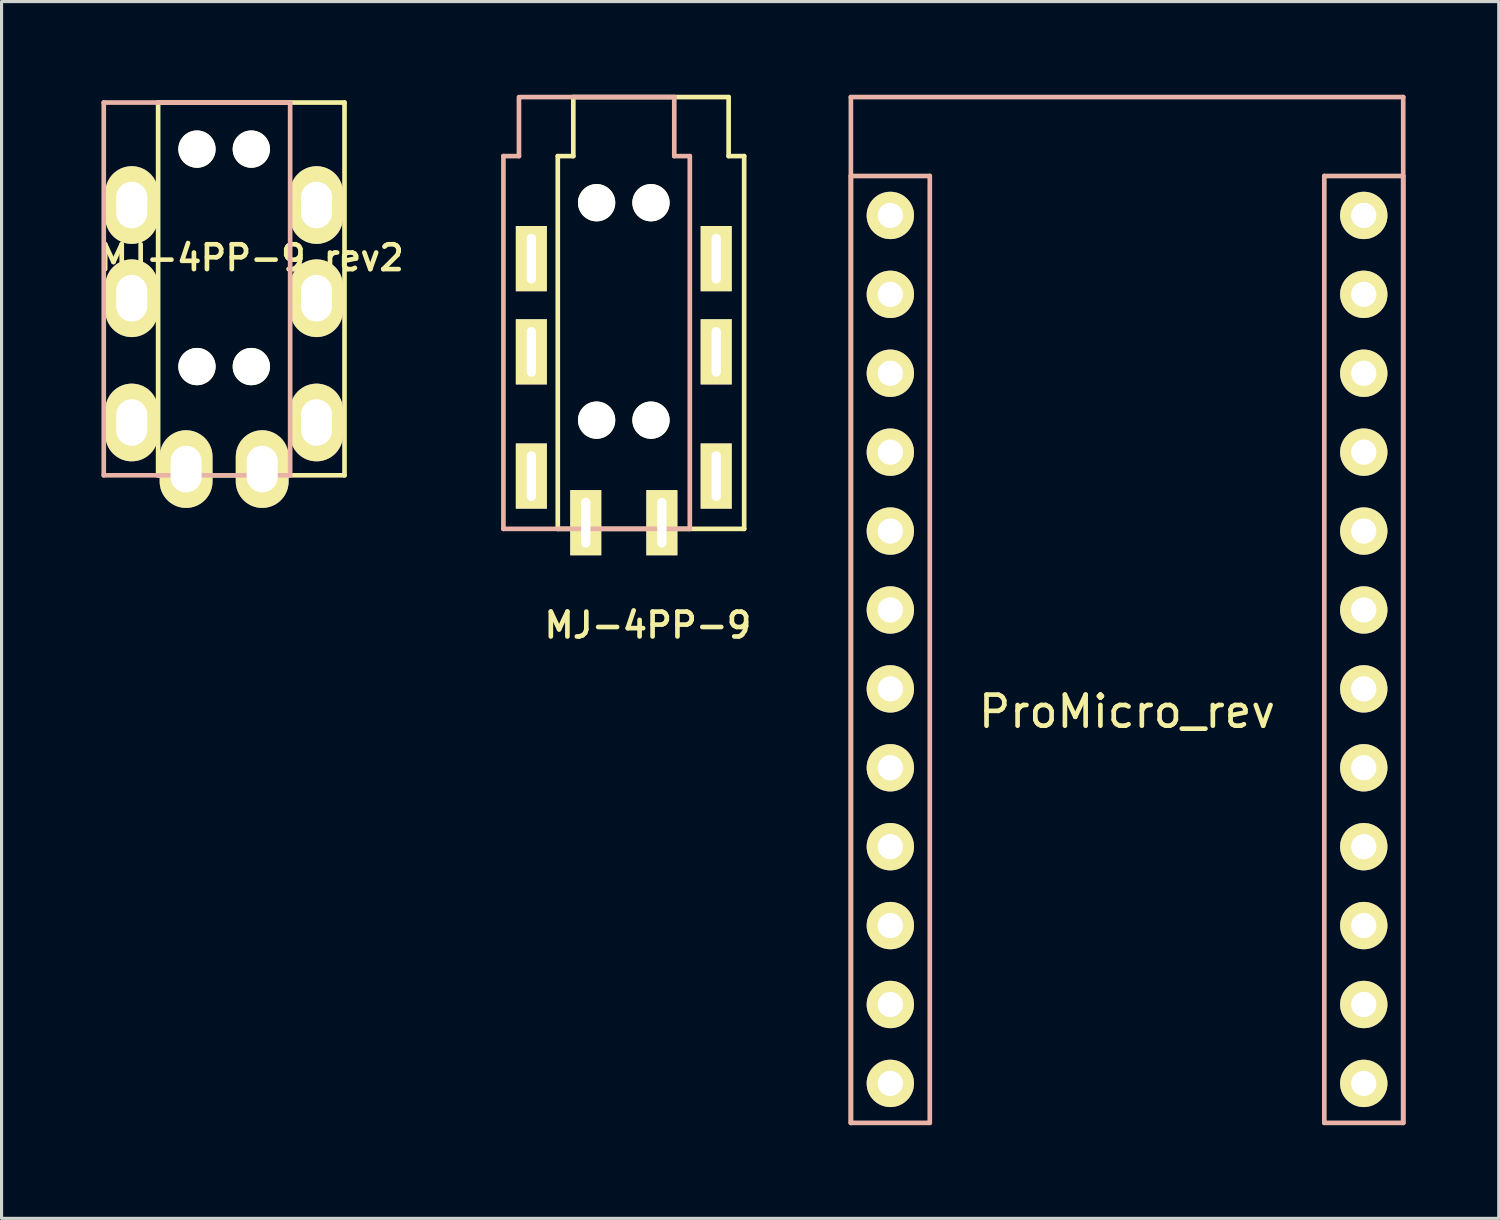
<source format=kicad_pcb>
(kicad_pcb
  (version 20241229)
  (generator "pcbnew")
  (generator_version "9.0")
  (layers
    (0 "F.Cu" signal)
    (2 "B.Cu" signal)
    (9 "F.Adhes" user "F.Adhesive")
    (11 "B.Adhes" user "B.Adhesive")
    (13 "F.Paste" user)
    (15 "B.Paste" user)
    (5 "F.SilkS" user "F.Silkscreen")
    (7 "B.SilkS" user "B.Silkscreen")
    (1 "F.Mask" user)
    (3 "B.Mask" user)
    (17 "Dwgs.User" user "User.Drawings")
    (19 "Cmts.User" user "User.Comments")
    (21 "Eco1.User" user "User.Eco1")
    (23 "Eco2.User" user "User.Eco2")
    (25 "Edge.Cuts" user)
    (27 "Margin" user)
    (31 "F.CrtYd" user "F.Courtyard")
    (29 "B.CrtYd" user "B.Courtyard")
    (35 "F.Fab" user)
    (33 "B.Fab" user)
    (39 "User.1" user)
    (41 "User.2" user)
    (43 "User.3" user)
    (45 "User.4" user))
  (footprint "ProMicro_rev"
    (layer "F.Cu")
    (at 33.23 17.855)
    (property "Reference" "ProMicro_rev" (at 0 2 0) (layer "F.SilkS") (effects (font (size 1 1) (thickness 0.15))))
    (attr through_hole)
    (fp_line (start -8.89 -17.78) (end 8.89 -17.78) (stroke (width 0.15) (type solid)) (layer "B.SilkS"))
    (fp_line (start -8.89 -15.24) (end -6.35 -15.24) (stroke (width 0.15) (type solid)) (layer "B.SilkS"))
    (fp_line (start -8.89 15.24) (end -8.89 -17.78) (stroke (width 0.15) (type solid)) (layer "B.SilkS"))
    (fp_line (start -8.89 15.24) (end -8.89 -15.24) (stroke (width 0.15) (type solid)) (layer "B.SilkS"))
    (fp_line (start -6.35 -15.24) (end -6.35 15.24) (stroke (width 0.15) (type solid)) (layer "B.SilkS"))
    (fp_line (start -6.35 15.24) (end -8.89 15.24) (stroke (width 0.15) (type solid)) (layer "B.SilkS"))
    (fp_line (start 6.35 -15.24) (end 8.89 -15.24) (stroke (width 0.15) (type solid)) (layer "B.SilkS"))
    (fp_line (start 6.35 15.24) (end 6.35 -15.24) (stroke (width 0.15) (type solid)) (layer "B.SilkS"))
    (fp_line (start 8.89 -17.78) (end 8.89 15.24) (stroke (width 0.15) (type solid)) (layer "B.SilkS"))
    (fp_line (start 8.89 -15.24) (end 8.89 15.24) (stroke (width 0.15) (type solid)) (layer "B.SilkS"))
    (fp_line (start 8.89 15.24) (end 6.35 15.24) (stroke (width 0.15) (type solid)) (layer "B.SilkS"))
    (pad "1" thru_hole circle (at -7.62 -13.97) (size 1.524 1.524) (drill 0.813) (layers "*.Cu" "*.Mask" "F.SilkS"))
    (pad "2" thru_hole circle (at -7.62 -11.43) (size 1.524 1.524) (drill 0.813) (layers "*.Cu" "*.Mask" "F.SilkS"))
    (pad "3" thru_hole circle (at -7.62 -8.89) (size 1.524 1.524) (drill 0.813) (layers "*.Cu" "*.Mask" "F.SilkS"))
    (pad "4" thru_hole circle (at -7.62 -6.35) (size 1.524 1.524) (drill 0.813) (layers "*.Cu" "*.Mask" "F.SilkS"))
    (pad "5" thru_hole circle (at -7.62 -3.81) (size 1.524 1.524) (drill 0.813) (layers "*.Cu" "*.Mask" "F.SilkS"))
    (pad "6" thru_hole circle (at -7.62 -1.27) (size 1.524 1.524) (drill 0.813) (layers "*.Cu" "*.Mask" "F.SilkS"))
    (pad "7" thru_hole circle (at -7.62 1.27) (size 1.524 1.524) (drill 0.813) (layers "*.Cu" "*.Mask" "F.SilkS"))
    (pad "8" thru_hole circle (at -7.62 3.81) (size 1.524 1.524) (drill 0.813) (layers "*.Cu" "*.Mask" "F.SilkS"))
    (pad "9" thru_hole circle (at -7.62 6.35) (size 1.524 1.524) (drill 0.813) (layers "*.Cu" "*.Mask" "F.SilkS"))
    (pad "10" thru_hole circle (at -7.62 8.89) (size 1.524 1.524) (drill 0.813) (layers "*.Cu" "*.Mask" "F.SilkS"))
    (pad "11" thru_hole circle (at -7.62 11.43) (size 1.524 1.524) (drill 0.813) (layers "*.Cu" "*.Mask" "F.SilkS"))
    (pad "12" thru_hole circle (at -7.62 13.97) (size 1.524 1.524) (drill 0.813) (layers "*.Cu" "*.Mask" "F.SilkS"))
    (pad "13" thru_hole circle (at 7.62 13.97) (size 1.524 1.524) (drill 0.813) (layers "*.Cu" "*.Mask" "F.SilkS"))
    (pad "14" thru_hole circle (at 7.62 11.43) (size 1.524 1.524) (drill 0.813) (layers "*.Cu" "*.Mask" "F.SilkS"))
    (pad "15" thru_hole circle (at 7.62 8.89) (size 1.524 1.524) (drill 0.813) (layers "*.Cu" "*.Mask" "F.SilkS"))
    (pad "16" thru_hole circle (at 7.62 6.35) (size 1.524 1.524) (drill 0.813) (layers "*.Cu" "*.Mask" "F.SilkS"))
    (pad "17" thru_hole circle (at 7.62 3.81) (size 1.524 1.524) (drill 0.813) (layers "*.Cu" "*.Mask" "F.SilkS"))
    (pad "18" thru_hole circle (at 7.62 1.27) (size 1.524 1.524) (drill 0.813) (layers "*.Cu" "*.Mask" "F.SilkS"))
    (pad "19" thru_hole circle (at 7.62 -1.27) (size 1.524 1.524) (drill 0.813) (layers "*.Cu" "*.Mask" "F.SilkS"))
    (pad "20" thru_hole circle (at 7.62 -3.81) (size 1.524 1.524) (drill 0.813) (layers "*.Cu" "*.Mask" "F.SilkS"))
    (pad "21" thru_hole circle (at 7.62 -6.35) (size 1.524 1.524) (drill 0.813) (layers "*.Cu" "*.Mask" "F.SilkS"))
    (pad "22" thru_hole circle (at 7.62 -8.89) (size 1.524 1.524) (drill 0.813) (layers "*.Cu" "*.Mask" "F.SilkS"))
    (pad "23" thru_hole circle (at 7.62 -11.43) (size 1.524 1.524) (drill 0.813) (layers "*.Cu" "*.Mask" "F.SilkS"))
    (pad "24" thru_hole circle (at 7.62 -13.97) (size 1.524 1.524) (drill 0.813) (layers "*.Cu" "*.Mask" "F.SilkS")))
  (footprint "MJ-4PP-9_rev2"
    (layer "F.Cu")
    (at 5.04 0.25)
    (property "Reference" "MJ-4PP-9_rev2" (at 0 5 0) (layer "F.SilkS") (effects (font (size 0.8 0.8) (thickness 0.15))))
    (attr through_hole)
    (fp_line (start -3 0) (end 3 0) (stroke (width 0.15) (type solid)) (layer "F.SilkS"))
    (fp_line (start -3 12) (end -3 0) (stroke (width 0.15) (type solid)) (layer "F.SilkS"))
    (fp_line (start 3 0) (end 3 12) (stroke (width 0.15) (type solid)) (layer "F.SilkS"))
    (fp_line (start 3 12) (end -3 12) (stroke (width 0.15) (type solid)) (layer "F.SilkS"))
    (fp_line (start -4.75 0) (end 1.25 0) (stroke (width 0.15) (type solid)) (layer "B.SilkS"))
    (fp_line (start -4.75 12) (end -4.75 0) (stroke (width 0.15) (type solid)) (layer "B.SilkS"))
    (fp_line (start 1.25 0) (end 1.25 12) (stroke (width 0.15) (type solid)) (layer "B.SilkS"))
    (fp_line (start 1.25 12) (end -4.75 12) (stroke (width 0.15) (type solid)) (layer "B.SilkS"))
    (pad "" np_thru_hole circle (at -1.75 1.5) (size 1.2 1.2) (drill 1.2) (layers "*.Cu" "*.Mask" "F.SilkS"))
    (pad "" np_thru_hole circle (at -1.75 8.5) (size 1.2 1.2) (drill 1.2) (layers "*.Cu" "*.Mask" "F.SilkS"))
    (pad "" np_thru_hole circle (at 0 1.5) (size 1.2 1.2) (drill 1.2) (layers "*.Cu" "*.Mask" "F.SilkS"))
    (pad "" np_thru_hole circle (at 0 8.5) (size 1.2 1.2) (drill 1.2) (layers "*.Cu" "*.Mask" "F.SilkS"))
    (pad "A" thru_hole oval (at -2.1 11.8) (size 1.7 2.5) (drill oval 1 1.5) (layers "*.Cu" "*.Mask" "F.SilkS"))
    (pad "A" thru_hole oval (at 0.35 11.8) (size 1.7 2.5) (drill oval 1 1.5) (layers "*.Cu" "*.Mask" "F.SilkS"))
    (pad "B" thru_hole oval (at -3.85 3.3) (size 1.7 2.5) (drill oval 1 1.5) (layers "*.Cu" "*.Mask" "F.SilkS"))
    (pad "B" thru_hole oval (at 2.1 3.3) (size 1.7 2.5) (drill oval 1 1.5) (layers "*.Cu" "*.Mask" "F.SilkS"))
    (pad "C" thru_hole oval (at -3.85 6.3) (size 1.7 2.5) (drill oval 1 1.5) (layers "*.Cu" "*.Mask" "F.SilkS"))
    (pad "C" thru_hole oval (at 2.1 6.3) (size 1.7 2.5) (drill oval 1 1.5) (layers "*.Cu" "*.Mask" "F.SilkS"))
    (pad "D" thru_hole oval (at -3.85 10.3) (size 1.7 2.5) (drill oval 1 1.5) (layers "*.Cu" "*.Mask" "F.SilkS"))
    (pad "D" thru_hole oval (at 2.1 10.3) (size 1.7 2.5) (drill oval 1 1.5) (layers "*.Cu" "*.Mask" "F.SilkS")))
  (footprint "MJ-4PP-9"
    (layer "F.Cu")
    (at 17.905 1.975)
    (property "Reference" "MJ-4PP-9" (at -0.1 15.1 0) (layer "F.SilkS") (effects (font (size 0.8 0.8) (thickness 0.15))))
    (attr through_hole)
    (fp_line (start -3 0) (end -2.5 0) (stroke (width 0.15) (type solid)) (layer "F.SilkS"))
    (fp_line (start -3 12) (end -3 0) (stroke (width 0.15) (type solid)) (layer "F.SilkS"))
    (fp_line (start -2.5 -1.9) (end 2.5 -1.9) (stroke (width 0.15) (type solid)) (layer "F.SilkS"))
    (fp_line (start -2.5 0) (end -2.5 -1.9) (stroke (width 0.15) (type solid)) (layer "F.SilkS"))
    (fp_line (start 2.5 0) (end 2.5 -1.9) (stroke (width 0.15) (type solid)) (layer "F.SilkS"))
    (fp_line (start 3 0) (end 2.5 0) (stroke (width 0.15) (type solid)) (layer "F.SilkS"))
    (fp_line (start 3 0) (end 3 12) (stroke (width 0.15) (type solid)) (layer "F.SilkS"))
    (fp_line (start 3 12) (end -3 12) (stroke (width 0.15) (type solid)) (layer "F.SilkS"))
    (fp_line (start -4.75 0) (end -4.25 0) (stroke (width 0.15) (type solid)) (layer "B.SilkS"))
    (fp_line (start -4.75 12) (end -4.75 0) (stroke (width 0.15) (type solid)) (layer "B.SilkS"))
    (fp_line (start -4.25 0) (end -4.25 -1.9) (stroke (width 0.15) (type solid)) (layer "B.SilkS"))
    (fp_line (start -4.2 -1.9) (end 0.75 -1.9) (stroke (width 0.15) (type solid)) (layer "B.SilkS"))
    (fp_line (start 0.75 0) (end 0.75 -1.9) (stroke (width 0.15) (type solid)) (layer "B.SilkS"))
    (fp_line (start 1.25 0) (end 0.75 0) (stroke (width 0.15) (type solid)) (layer "B.SilkS"))
    (fp_line (start 1.25 0) (end 1.25 12) (stroke (width 0.15) (type solid)) (layer "B.SilkS"))
    (fp_line (start 1.25 12) (end -4.75 12) (stroke (width 0.15) (type solid)) (layer "B.SilkS"))
    (pad "" np_thru_hole circle (at -1.75 1.5) (size 1.2 1.2) (drill 1.2) (layers "*.Cu" "*.Mask" "F.SilkS"))
    (pad "" np_thru_hole circle (at -1.75 8.5) (size 1.2 1.2) (drill 1.2) (layers "*.Cu" "*.Mask" "F.SilkS"))
    (pad "" np_thru_hole circle (at 0 1.5) (size 1.2 1.2) (drill 1.2) (layers "*.Cu" "*.Mask" "F.SilkS"))
    (pad "" np_thru_hole circle (at 0 8.5) (size 1.2 1.2) (drill 1.2) (layers "*.Cu" "*.Mask" "F.SilkS"))
    (pad "1" thru_hole rect (at -3.85 10.3) (size 1 2.1) (drill oval 0.3 1.6) (layers "*.Cu" "*.Mask" "F.SilkS"))
    (pad "1" thru_hole rect (at 2.1 10.3) (size 1 2.1) (drill oval 0.3 1.6) (layers "*.Cu" "*.Mask" "F.SilkS"))
    (pad "2" thru_hole rect (at -3.85 6.3) (size 1 2.1) (drill oval 0.3 1.6) (layers "*.Cu" "*.Mask" "F.SilkS"))
    (pad "2" thru_hole rect (at 2.1 6.3) (size 1 2.1) (drill oval 0.3 1.6) (layers "*.Cu" "*.Mask" "F.SilkS"))
    (pad "3" thru_hole rect (at -3.85 3.3) (size 1 2.1) (drill oval 0.3 1.6) (layers "*.Cu" "*.Mask" "F.SilkS"))
    (pad "3" thru_hole rect (at 2.1 3.3) (size 1 2.1) (drill oval 0.3 1.6) (layers "*.Cu" "*.Mask" "F.SilkS"))
    (pad "4" thru_hole rect (at -2.1 11.8) (size 1 2.1) (drill oval 0.3 1.6) (layers "*.Cu" "*.Mask" "F.SilkS"))
    (pad "4" thru_hole rect (at 0.35 11.8) (size 1 2.1) (drill oval 0.3 1.6) (layers "*.Cu" "*.Mask" "F.SilkS")))
  (gr_rect
    (start -3 -3)
    (end 45.195 36.17)
    (stroke (width 0.1) (type default))
    (fill no)
    (layer "Edge.Cuts")))
</source>
